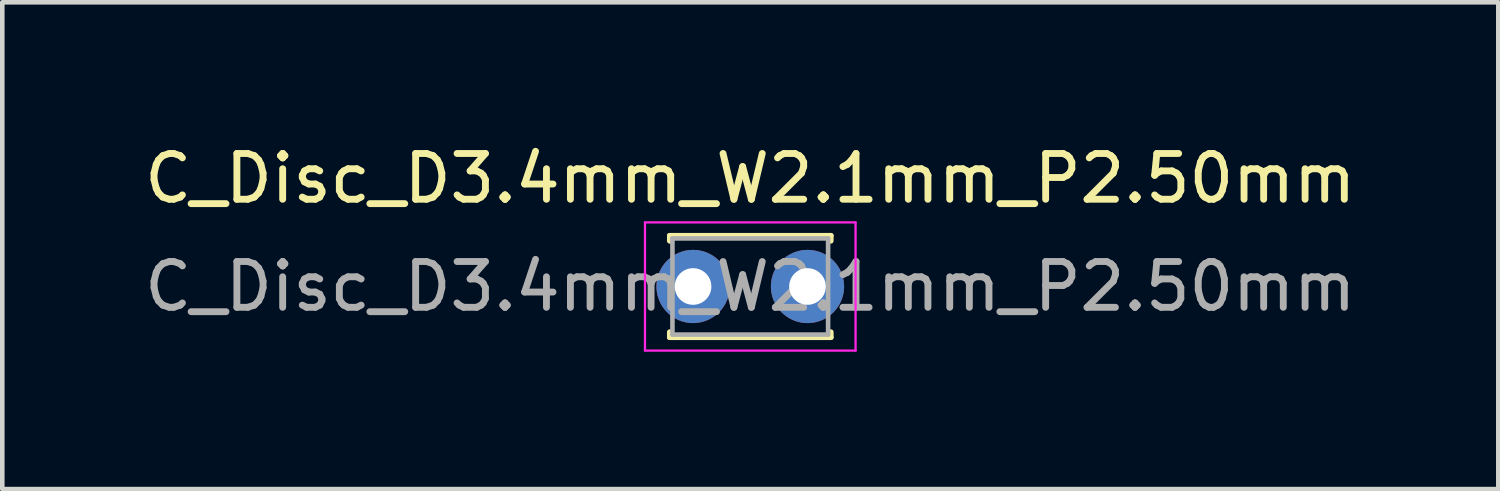
<source format=kicad_pcb>
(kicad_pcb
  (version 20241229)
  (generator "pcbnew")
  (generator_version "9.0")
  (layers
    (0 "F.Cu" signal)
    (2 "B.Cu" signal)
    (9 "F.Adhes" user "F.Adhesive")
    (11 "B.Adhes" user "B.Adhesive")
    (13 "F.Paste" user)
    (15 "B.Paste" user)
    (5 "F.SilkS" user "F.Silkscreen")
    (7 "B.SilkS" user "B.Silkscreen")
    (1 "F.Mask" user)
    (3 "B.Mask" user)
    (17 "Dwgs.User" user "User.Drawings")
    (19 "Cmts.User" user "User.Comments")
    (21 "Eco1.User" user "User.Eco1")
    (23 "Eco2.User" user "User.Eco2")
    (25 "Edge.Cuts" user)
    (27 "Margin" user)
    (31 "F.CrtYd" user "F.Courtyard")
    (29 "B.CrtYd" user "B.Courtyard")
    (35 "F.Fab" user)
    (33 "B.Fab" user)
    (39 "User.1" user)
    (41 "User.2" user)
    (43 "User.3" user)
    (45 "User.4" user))
  (footprint "C_Disc_D3.4mm_W2.1mm_P2.50mm"
    (layer "F.Cu")
    (at 12.089 3.208)
    (property "Reference" "C_Disc_D3.4mm_W2.1mm_P2.50mm" (at 1.25 -2.36 0) (layer "F.SilkS") (effects (font (size 1 1) (thickness 0.15))))
    (attr through_hole)
    (fp_line (start -0.51 -1.11) (end -0.51 -0.996) (stroke (width 0.12) (type solid)) (layer "F.SilkS"))
    (fp_line (start -0.51 -1.11) (end 3.01 -1.11) (stroke (width 0.12) (type solid)) (layer "F.SilkS"))
    (fp_line (start -0.51 0.996) (end -0.51 1.11) (stroke (width 0.12) (type solid)) (layer "F.SilkS"))
    (fp_line (start -0.51 1.11) (end 3.01 1.11) (stroke (width 0.12) (type solid)) (layer "F.SilkS"))
    (fp_line (start 3.01 -1.11) (end 3.01 -0.996) (stroke (width 0.12) (type solid)) (layer "F.SilkS"))
    (fp_line (start 3.01 0.996) (end 3.01 1.11) (stroke (width 0.12) (type solid)) (layer "F.SilkS"))
    (fp_line (start -1.05 -1.4) (end -1.05 1.4) (stroke (width 0.05) (type solid)) (layer "F.CrtYd"))
    (fp_line (start -1.05 1.4) (end 3.55 1.4) (stroke (width 0.05) (type solid)) (layer "F.CrtYd"))
    (fp_line (start 3.55 -1.4) (end -1.05 -1.4) (stroke (width 0.05) (type solid)) (layer "F.CrtYd"))
    (fp_line (start 3.55 1.4) (end 3.55 -1.4) (stroke (width 0.05) (type solid)) (layer "F.CrtYd"))
    (fp_line (start -0.45 -1.05) (end -0.45 1.05) (stroke (width 0.1) (type solid)) (layer "F.Fab"))
    (fp_line (start -0.45 1.05) (end 2.95 1.05) (stroke (width 0.1) (type solid)) (layer "F.Fab"))
    (fp_line (start 2.95 -1.05) (end -0.45 -1.05) (stroke (width 0.1) (type solid)) (layer "F.Fab"))
    (fp_line (start 2.95 1.05) (end 2.95 -1.05) (stroke (width 0.1) (type solid)) (layer "F.Fab"))
    (fp_text user "${REFERENCE}" (at 1.25 0 0) (layer "F.Fab") (effects (font (size 1 1) (thickness 0.15))))
    (pad "1" thru_hole circle (at 0 0) (size 1.6 1.6) (drill 0.8) (layers "*.Cu" "*.Mask"))
    (pad "2" thru_hole circle (at 2.5 0) (size 1.6 1.6) (drill 0.8) (layers "*.Cu" "*.Mask")))
  (gr_rect
    (start -3 -3)
    (end 29.679 7.633)
    (stroke (width 0.1) (type default))
    (fill no)
    (layer "Edge.Cuts")))
</source>
